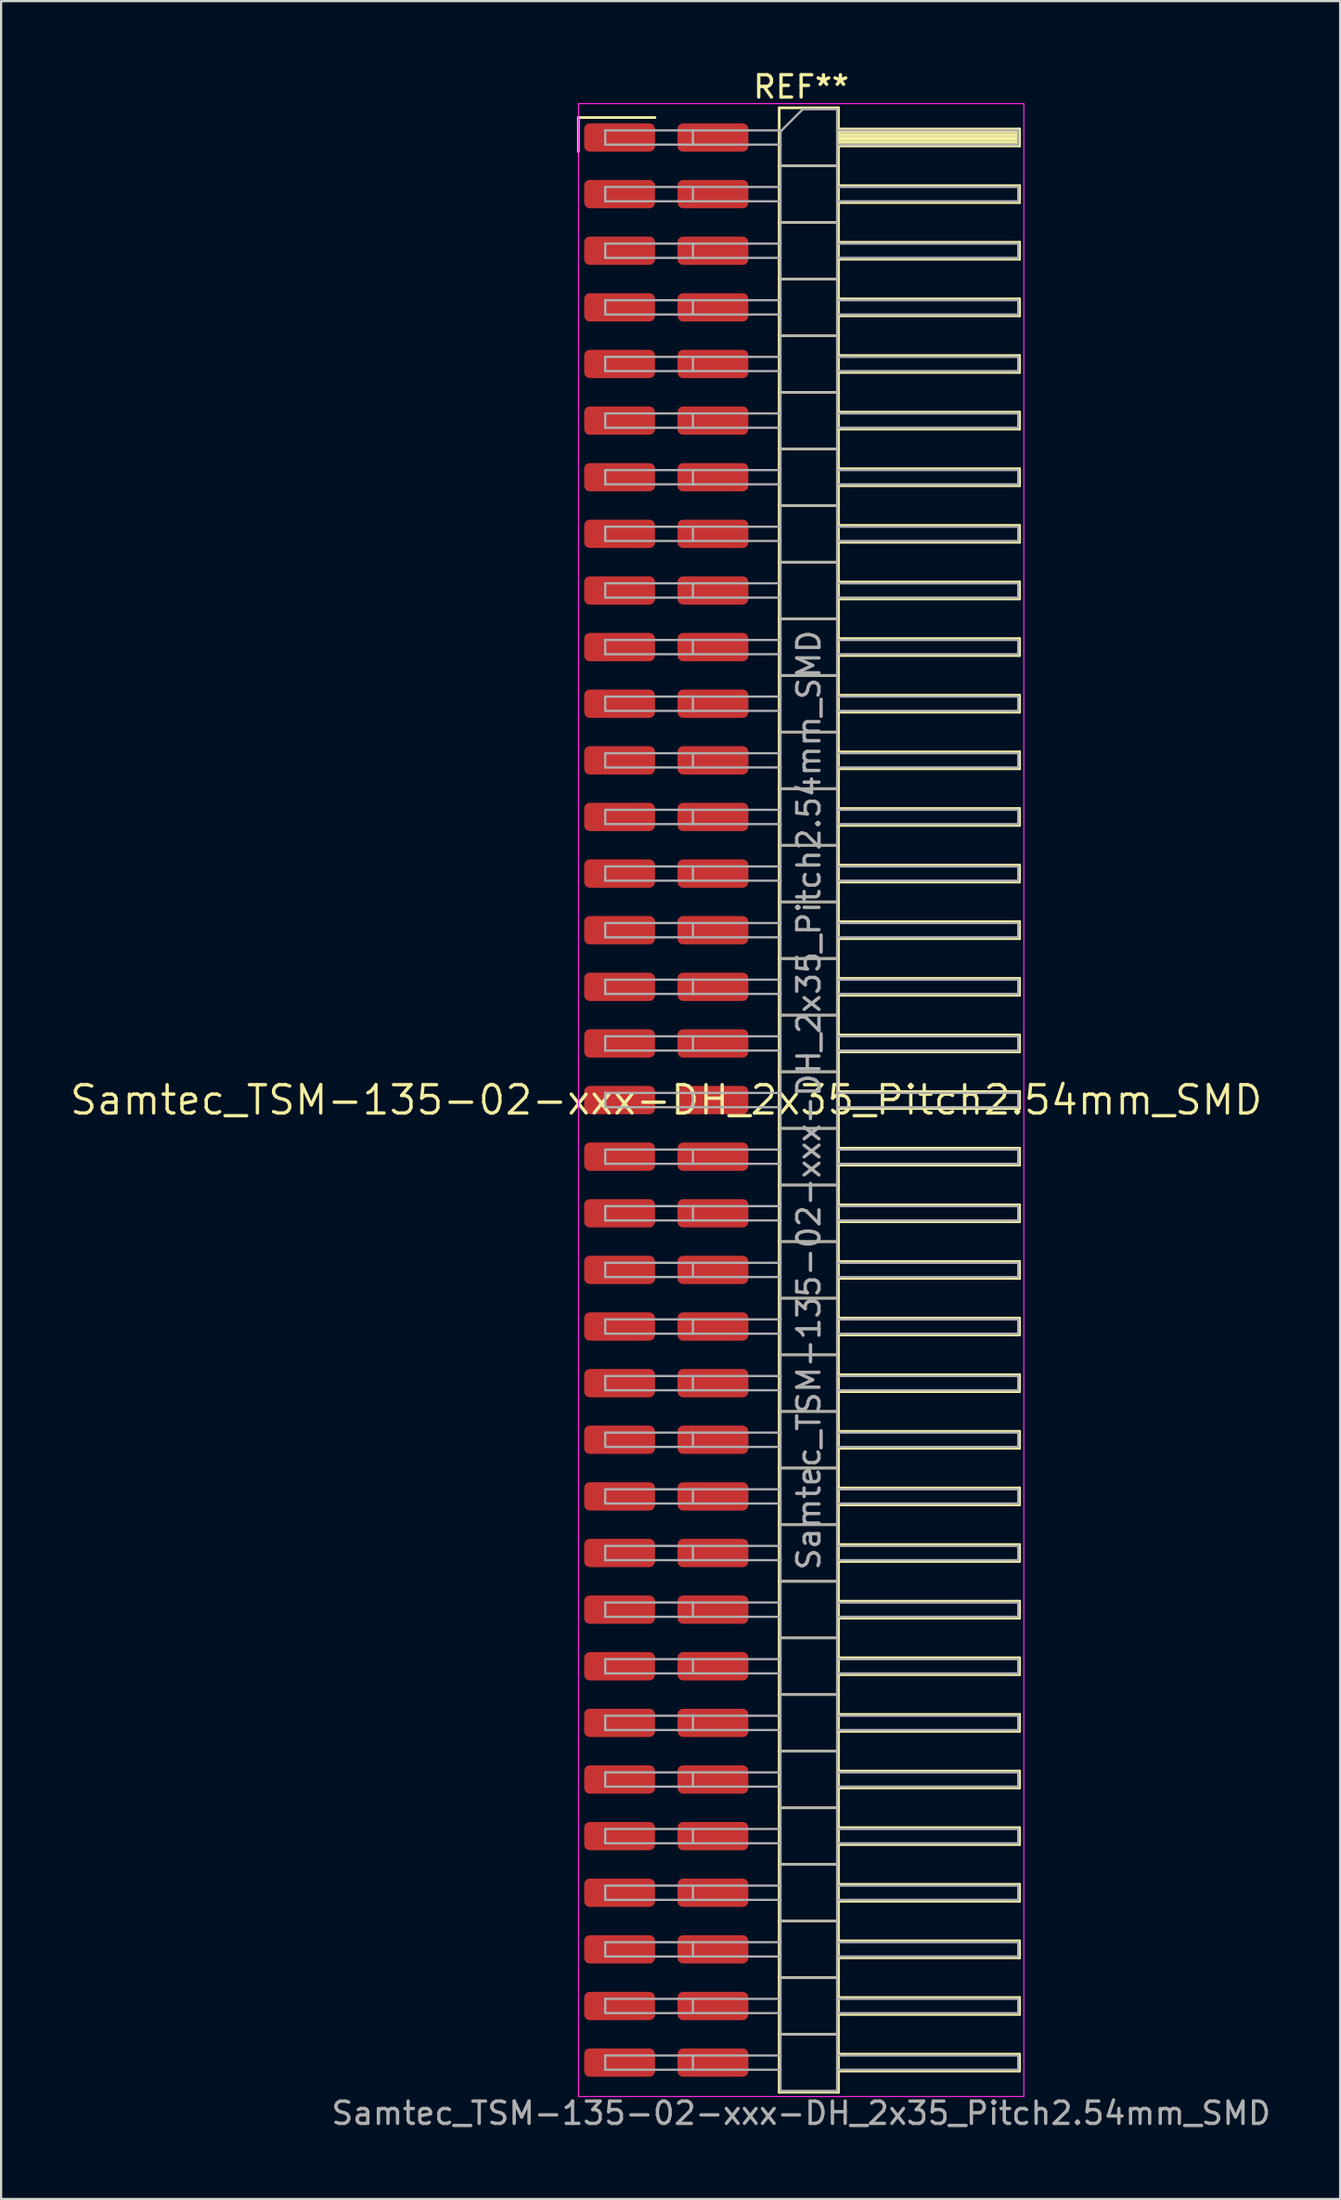
<source format=kicad_pcb>
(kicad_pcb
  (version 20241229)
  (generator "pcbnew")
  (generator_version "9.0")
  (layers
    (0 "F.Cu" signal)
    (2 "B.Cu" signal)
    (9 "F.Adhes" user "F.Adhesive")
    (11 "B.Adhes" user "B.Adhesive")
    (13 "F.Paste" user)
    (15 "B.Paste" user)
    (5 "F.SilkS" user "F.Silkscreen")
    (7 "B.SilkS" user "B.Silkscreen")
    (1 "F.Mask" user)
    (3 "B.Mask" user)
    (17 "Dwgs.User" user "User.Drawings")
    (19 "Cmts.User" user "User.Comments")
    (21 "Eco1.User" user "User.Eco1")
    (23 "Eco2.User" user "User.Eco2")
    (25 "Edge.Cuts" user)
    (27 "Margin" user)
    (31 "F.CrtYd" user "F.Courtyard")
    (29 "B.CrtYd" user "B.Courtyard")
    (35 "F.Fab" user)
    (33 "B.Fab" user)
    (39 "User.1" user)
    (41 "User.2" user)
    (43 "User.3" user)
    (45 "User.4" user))
  (footprint "Samtec_TSM-135-02-xxx-DH_2x35_Pitch2.54mm_SMD"
    (layer "F.Cu")
    (at 26.859 46.298)
    (property "Reference" "Samtec_TSM-135-02-xxx-DH_2x35_Pitch2.54mm_SMD" (at 0 0 0) (layer "F.SilkS") (effects (font (size 1.27 1.27) (thickness 0.15))))
    (attr smd)
    (fp_line (start -3.945 -44.075) (end -0.505 -44.075) (stroke (width 0.12) (type solid)) (layer "F.SilkS"))
    (fp_line (start -3.945 -42.545) (end -3.945 -44.075) (stroke (width 0.12) (type solid)) (layer "F.SilkS"))
    (fp_line (start 5.07 -44.51) (end 7.73 -44.51) (stroke (width 0.12) (type solid)) (layer "F.SilkS"))
    (fp_line (start 5.07 -41.91) (end 7.73 -41.91) (stroke (width 0.12) (type solid)) (layer "F.SilkS"))
    (fp_line (start 5.07 -39.37) (end 7.73 -39.37) (stroke (width 0.12) (type solid)) (layer "F.SilkS"))
    (fp_line (start 5.07 -36.83) (end 7.73 -36.83) (stroke (width 0.12) (type solid)) (layer "F.SilkS"))
    (fp_line (start 5.07 -34.29) (end 7.73 -34.29) (stroke (width 0.12) (type solid)) (layer "F.SilkS"))
    (fp_line (start 5.07 -31.75) (end 7.73 -31.75) (stroke (width 0.12) (type solid)) (layer "F.SilkS"))
    (fp_line (start 5.07 -29.21) (end 7.73 -29.21) (stroke (width 0.12) (type solid)) (layer "F.SilkS"))
    (fp_line (start 5.07 -26.67) (end 7.73 -26.67) (stroke (width 0.12) (type solid)) (layer "F.SilkS"))
    (fp_line (start 5.07 -24.13) (end 7.73 -24.13) (stroke (width 0.12) (type solid)) (layer "F.SilkS"))
    (fp_line (start 5.07 -21.59) (end 7.73 -21.59) (stroke (width 0.12) (type solid)) (layer "F.SilkS"))
    (fp_line (start 5.07 -19.05) (end 7.73 -19.05) (stroke (width 0.12) (type solid)) (layer "F.SilkS"))
    (fp_line (start 5.07 -16.51) (end 7.73 -16.51) (stroke (width 0.12) (type solid)) (layer "F.SilkS"))
    (fp_line (start 5.07 -13.97) (end 7.73 -13.97) (stroke (width 0.12) (type solid)) (layer "F.SilkS"))
    (fp_line (start 5.07 -11.43) (end 7.73 -11.43) (stroke (width 0.12) (type solid)) (layer "F.SilkS"))
    (fp_line (start 5.07 -8.89) (end 7.73 -8.89) (stroke (width 0.12) (type solid)) (layer "F.SilkS"))
    (fp_line (start 5.07 -6.35) (end 7.73 -6.35) (stroke (width 0.12) (type solid)) (layer "F.SilkS"))
    (fp_line (start 5.07 -3.81) (end 7.73 -3.81) (stroke (width 0.12) (type solid)) (layer "F.SilkS"))
    (fp_line (start 5.07 -1.27) (end 7.73 -1.27) (stroke (width 0.12) (type solid)) (layer "F.SilkS"))
    (fp_line (start 5.07 1.27) (end 7.73 1.27) (stroke (width 0.12) (type solid)) (layer "F.SilkS"))
    (fp_line (start 5.07 3.81) (end 7.73 3.81) (stroke (width 0.12) (type solid)) (layer "F.SilkS"))
    (fp_line (start 5.07 6.35) (end 7.73 6.35) (stroke (width 0.12) (type solid)) (layer "F.SilkS"))
    (fp_line (start 5.07 8.89) (end 7.73 8.89) (stroke (width 0.12) (type solid)) (layer "F.SilkS"))
    (fp_line (start 5.07 11.43) (end 7.73 11.43) (stroke (width 0.12) (type solid)) (layer "F.SilkS"))
    (fp_line (start 5.07 13.97) (end 7.73 13.97) (stroke (width 0.12) (type solid)) (layer "F.SilkS"))
    (fp_line (start 5.07 16.51) (end 7.73 16.51) (stroke (width 0.12) (type solid)) (layer "F.SilkS"))
    (fp_line (start 5.07 19.05) (end 7.73 19.05) (stroke (width 0.12) (type solid)) (layer "F.SilkS"))
    (fp_line (start 5.07 21.59) (end 7.73 21.59) (stroke (width 0.12) (type solid)) (layer "F.SilkS"))
    (fp_line (start 5.07 24.13) (end 7.73 24.13) (stroke (width 0.12) (type solid)) (layer "F.SilkS"))
    (fp_line (start 5.07 26.67) (end 7.73 26.67) (stroke (width 0.12) (type solid)) (layer "F.SilkS"))
    (fp_line (start 5.07 29.21) (end 7.73 29.21) (stroke (width 0.12) (type solid)) (layer "F.SilkS"))
    (fp_line (start 5.07 31.75) (end 7.73 31.75) (stroke (width 0.12) (type solid)) (layer "F.SilkS"))
    (fp_line (start 5.07 34.29) (end 7.73 34.29) (stroke (width 0.12) (type solid)) (layer "F.SilkS"))
    (fp_line (start 5.07 36.83) (end 7.73 36.83) (stroke (width 0.12) (type solid)) (layer "F.SilkS"))
    (fp_line (start 5.07 39.37) (end 7.73 39.37) (stroke (width 0.12) (type solid)) (layer "F.SilkS"))
    (fp_line (start 5.07 41.91) (end 7.73 41.91) (stroke (width 0.12) (type solid)) (layer "F.SilkS"))
    (fp_line (start 5.07 44.51) (end 5.07 -44.51) (stroke (width 0.12) (type solid)) (layer "F.SilkS"))
    (fp_line (start 7.73 -44.51) (end 7.73 44.51) (stroke (width 0.12) (type solid)) (layer "F.SilkS"))
    (fp_line (start 7.73 -43.56) (end 15.86 -43.56) (stroke (width 0.12) (type solid)) (layer "F.SilkS"))
    (fp_line (start 7.73 -43.44) (end 15.86 -43.44) (stroke (width 0.12) (type solid)) (layer "F.SilkS"))
    (fp_line (start 7.73 -43.32) (end 15.86 -43.32) (stroke (width 0.12) (type solid)) (layer "F.SilkS"))
    (fp_line (start 7.73 -43.2) (end 15.86 -43.2) (stroke (width 0.12) (type solid)) (layer "F.SilkS"))
    (fp_line (start 7.73 -43.08) (end 15.86 -43.08) (stroke (width 0.12) (type solid)) (layer "F.SilkS"))
    (fp_line (start 7.73 -42.96) (end 15.86 -42.96) (stroke (width 0.12) (type solid)) (layer "F.SilkS"))
    (fp_line (start 7.73 -42.84) (end 15.86 -42.84) (stroke (width 0.12) (type solid)) (layer "F.SilkS"))
    (fp_line (start 7.73 -42.8) (end 15.86 -42.8) (stroke (width 0.12) (type solid)) (layer "F.SilkS"))
    (fp_line (start 7.73 -41.02) (end 15.86 -41.02) (stroke (width 0.12) (type solid)) (layer "F.SilkS"))
    (fp_line (start 7.73 -40.26) (end 15.86 -40.26) (stroke (width 0.12) (type solid)) (layer "F.SilkS"))
    (fp_line (start 7.73 -38.48) (end 15.86 -38.48) (stroke (width 0.12) (type solid)) (layer "F.SilkS"))
    (fp_line (start 7.73 -37.72) (end 15.86 -37.72) (stroke (width 0.12) (type solid)) (layer "F.SilkS"))
    (fp_line (start 7.73 -35.94) (end 15.86 -35.94) (stroke (width 0.12) (type solid)) (layer "F.SilkS"))
    (fp_line (start 7.73 -35.18) (end 15.86 -35.18) (stroke (width 0.12) (type solid)) (layer "F.SilkS"))
    (fp_line (start 7.73 -33.4) (end 15.86 -33.4) (stroke (width 0.12) (type solid)) (layer "F.SilkS"))
    (fp_line (start 7.73 -32.64) (end 15.86 -32.64) (stroke (width 0.12) (type solid)) (layer "F.SilkS"))
    (fp_line (start 7.73 -30.86) (end 15.86 -30.86) (stroke (width 0.12) (type solid)) (layer "F.SilkS"))
    (fp_line (start 7.73 -30.1) (end 15.86 -30.1) (stroke (width 0.12) (type solid)) (layer "F.SilkS"))
    (fp_line (start 7.73 -28.32) (end 15.86 -28.32) (stroke (width 0.12) (type solid)) (layer "F.SilkS"))
    (fp_line (start 7.73 -27.56) (end 15.86 -27.56) (stroke (width 0.12) (type solid)) (layer "F.SilkS"))
    (fp_line (start 7.73 -25.78) (end 15.86 -25.78) (stroke (width 0.12) (type solid)) (layer "F.SilkS"))
    (fp_line (start 7.73 -25.02) (end 15.86 -25.02) (stroke (width 0.12) (type solid)) (layer "F.SilkS"))
    (fp_line (start 7.73 -23.24) (end 15.86 -23.24) (stroke (width 0.12) (type solid)) (layer "F.SilkS"))
    (fp_line (start 7.73 -22.48) (end 15.86 -22.48) (stroke (width 0.12) (type solid)) (layer "F.SilkS"))
    (fp_line (start 7.73 -20.7) (end 15.86 -20.7) (stroke (width 0.12) (type solid)) (layer "F.SilkS"))
    (fp_line (start 7.73 -19.94) (end 15.86 -19.94) (stroke (width 0.12) (type solid)) (layer "F.SilkS"))
    (fp_line (start 7.73 -18.16) (end 15.86 -18.16) (stroke (width 0.12) (type solid)) (layer "F.SilkS"))
    (fp_line (start 7.73 -17.4) (end 15.86 -17.4) (stroke (width 0.12) (type solid)) (layer "F.SilkS"))
    (fp_line (start 7.73 -15.62) (end 15.86 -15.62) (stroke (width 0.12) (type solid)) (layer "F.SilkS"))
    (fp_line (start 7.73 -14.86) (end 15.86 -14.86) (stroke (width 0.12) (type solid)) (layer "F.SilkS"))
    (fp_line (start 7.73 -13.08) (end 15.86 -13.08) (stroke (width 0.12) (type solid)) (layer "F.SilkS"))
    (fp_line (start 7.73 -12.32) (end 15.86 -12.32) (stroke (width 0.12) (type solid)) (layer "F.SilkS"))
    (fp_line (start 7.73 -10.54) (end 15.86 -10.54) (stroke (width 0.12) (type solid)) (layer "F.SilkS"))
    (fp_line (start 7.73 -9.78) (end 15.86 -9.78) (stroke (width 0.12) (type solid)) (layer "F.SilkS"))
    (fp_line (start 7.73 -8) (end 15.86 -8) (stroke (width 0.12) (type solid)) (layer "F.SilkS"))
    (fp_line (start 7.73 -7.24) (end 15.86 -7.24) (stroke (width 0.12) (type solid)) (layer "F.SilkS"))
    (fp_line (start 7.73 -5.46) (end 15.86 -5.46) (stroke (width 0.12) (type solid)) (layer "F.SilkS"))
    (fp_line (start 7.73 -4.7) (end 15.86 -4.7) (stroke (width 0.12) (type solid)) (layer "F.SilkS"))
    (fp_line (start 7.73 -2.92) (end 15.86 -2.92) (stroke (width 0.12) (type solid)) (layer "F.SilkS"))
    (fp_line (start 7.73 -2.16) (end 15.86 -2.16) (stroke (width 0.12) (type solid)) (layer "F.SilkS"))
    (fp_line (start 7.73 -0.38) (end 15.86 -0.38) (stroke (width 0.12) (type solid)) (layer "F.SilkS"))
    (fp_line (start 7.73 0.38) (end 15.86 0.38) (stroke (width 0.12) (type solid)) (layer "F.SilkS"))
    (fp_line (start 7.73 2.16) (end 15.86 2.16) (stroke (width 0.12) (type solid)) (layer "F.SilkS"))
    (fp_line (start 7.73 2.92) (end 15.86 2.92) (stroke (width 0.12) (type solid)) (layer "F.SilkS"))
    (fp_line (start 7.73 4.7) (end 15.86 4.7) (stroke (width 0.12) (type solid)) (layer "F.SilkS"))
    (fp_line (start 7.73 5.46) (end 15.86 5.46) (stroke (width 0.12) (type solid)) (layer "F.SilkS"))
    (fp_line (start 7.73 7.24) (end 15.86 7.24) (stroke (width 0.12) (type solid)) (layer "F.SilkS"))
    (fp_line (start 7.73 8) (end 15.86 8) (stroke (width 0.12) (type solid)) (layer "F.SilkS"))
    (fp_line (start 7.73 9.78) (end 15.86 9.78) (stroke (width 0.12) (type solid)) (layer "F.SilkS"))
    (fp_line (start 7.73 10.54) (end 15.86 10.54) (stroke (width 0.12) (type solid)) (layer "F.SilkS"))
    (fp_line (start 7.73 12.32) (end 15.86 12.32) (stroke (width 0.12) (type solid)) (layer "F.SilkS"))
    (fp_line (start 7.73 13.08) (end 15.86 13.08) (stroke (width 0.12) (type solid)) (layer "F.SilkS"))
    (fp_line (start 7.73 14.86) (end 15.86 14.86) (stroke (width 0.12) (type solid)) (layer "F.SilkS"))
    (fp_line (start 7.73 15.62) (end 15.86 15.62) (stroke (width 0.12) (type solid)) (layer "F.SilkS"))
    (fp_line (start 7.73 17.4) (end 15.86 17.4) (stroke (width 0.12) (type solid)) (layer "F.SilkS"))
    (fp_line (start 7.73 18.16) (end 15.86 18.16) (stroke (width 0.12) (type solid)) (layer "F.SilkS"))
    (fp_line (start 7.73 19.94) (end 15.86 19.94) (stroke (width 0.12) (type solid)) (layer "F.SilkS"))
    (fp_line (start 7.73 20.7) (end 15.86 20.7) (stroke (width 0.12) (type solid)) (layer "F.SilkS"))
    (fp_line (start 7.73 22.48) (end 15.86 22.48) (stroke (width 0.12) (type solid)) (layer "F.SilkS"))
    (fp_line (start 7.73 23.24) (end 15.86 23.24) (stroke (width 0.12) (type solid)) (layer "F.SilkS"))
    (fp_line (start 7.73 25.02) (end 15.86 25.02) (stroke (width 0.12) (type solid)) (layer "F.SilkS"))
    (fp_line (start 7.73 25.78) (end 15.86 25.78) (stroke (width 0.12) (type solid)) (layer "F.SilkS"))
    (fp_line (start 7.73 27.56) (end 15.86 27.56) (stroke (width 0.12) (type solid)) (layer "F.SilkS"))
    (fp_line (start 7.73 28.32) (end 15.86 28.32) (stroke (width 0.12) (type solid)) (layer "F.SilkS"))
    (fp_line (start 7.73 30.1) (end 15.86 30.1) (stroke (width 0.12) (type solid)) (layer "F.SilkS"))
    (fp_line (start 7.73 30.86) (end 15.86 30.86) (stroke (width 0.12) (type solid)) (layer "F.SilkS"))
    (fp_line (start 7.73 32.64) (end 15.86 32.64) (stroke (width 0.12) (type solid)) (layer "F.SilkS"))
    (fp_line (start 7.73 33.4) (end 15.86 33.4) (stroke (width 0.12) (type solid)) (layer "F.SilkS"))
    (fp_line (start 7.73 35.18) (end 15.86 35.18) (stroke (width 0.12) (type solid)) (layer "F.SilkS"))
    (fp_line (start 7.73 35.94) (end 15.86 35.94) (stroke (width 0.12) (type solid)) (layer "F.SilkS"))
    (fp_line (start 7.73 37.72) (end 15.86 37.72) (stroke (width 0.12) (type solid)) (layer "F.SilkS"))
    (fp_line (start 7.73 38.48) (end 15.86 38.48) (stroke (width 0.12) (type solid)) (layer "F.SilkS"))
    (fp_line (start 7.73 40.26) (end 15.86 40.26) (stroke (width 0.12) (type solid)) (layer "F.SilkS"))
    (fp_line (start 7.73 41.02) (end 15.86 41.02) (stroke (width 0.12) (type solid)) (layer "F.SilkS"))
    (fp_line (start 7.73 42.8) (end 15.86 42.8) (stroke (width 0.12) (type solid)) (layer "F.SilkS"))
    (fp_line (start 7.73 43.56) (end 15.86 43.56) (stroke (width 0.12) (type solid)) (layer "F.SilkS"))
    (fp_line (start 7.73 44.51) (end 5.07 44.51) (stroke (width 0.12) (type solid)) (layer "F.SilkS"))
    (fp_line (start 15.86 -43.56) (end 15.86 -42.8) (stroke (width 0.12) (type solid)) (layer "F.SilkS"))
    (fp_line (start 15.86 -41.02) (end 15.86 -40.26) (stroke (width 0.12) (type solid)) (layer "F.SilkS"))
    (fp_line (start 15.86 -38.48) (end 15.86 -37.72) (stroke (width 0.12) (type solid)) (layer "F.SilkS"))
    (fp_line (start 15.86 -35.94) (end 15.86 -35.18) (stroke (width 0.12) (type solid)) (layer "F.SilkS"))
    (fp_line (start 15.86 -33.4) (end 15.86 -32.64) (stroke (width 0.12) (type solid)) (layer "F.SilkS"))
    (fp_line (start 15.86 -30.86) (end 15.86 -30.1) (stroke (width 0.12) (type solid)) (layer "F.SilkS"))
    (fp_line (start 15.86 -28.32) (end 15.86 -27.56) (stroke (width 0.12) (type solid)) (layer "F.SilkS"))
    (fp_line (start 15.86 -25.78) (end 15.86 -25.02) (stroke (width 0.12) (type solid)) (layer "F.SilkS"))
    (fp_line (start 15.86 -23.24) (end 15.86 -22.48) (stroke (width 0.12) (type solid)) (layer "F.SilkS"))
    (fp_line (start 15.86 -20.7) (end 15.86 -19.94) (stroke (width 0.12) (type solid)) (layer "F.SilkS"))
    (fp_line (start 15.86 -18.16) (end 15.86 -17.4) (stroke (width 0.12) (type solid)) (layer "F.SilkS"))
    (fp_line (start 15.86 -15.62) (end 15.86 -14.86) (stroke (width 0.12) (type solid)) (layer "F.SilkS"))
    (fp_line (start 15.86 -13.08) (end 15.86 -12.32) (stroke (width 0.12) (type solid)) (layer "F.SilkS"))
    (fp_line (start 15.86 -10.54) (end 15.86 -9.78) (stroke (width 0.12) (type solid)) (layer "F.SilkS"))
    (fp_line (start 15.86 -8) (end 15.86 -7.24) (stroke (width 0.12) (type solid)) (layer "F.SilkS"))
    (fp_line (start 15.86 -5.46) (end 15.86 -4.7) (stroke (width 0.12) (type solid)) (layer "F.SilkS"))
    (fp_line (start 15.86 -2.92) (end 15.86 -2.16) (stroke (width 0.12) (type solid)) (layer "F.SilkS"))
    (fp_line (start 15.86 -0.38) (end 15.86 0.38) (stroke (width 0.12) (type solid)) (layer "F.SilkS"))
    (fp_line (start 15.86 2.16) (end 15.86 2.92) (stroke (width 0.12) (type solid)) (layer "F.SilkS"))
    (fp_line (start 15.86 4.7) (end 15.86 5.46) (stroke (width 0.12) (type solid)) (layer "F.SilkS"))
    (fp_line (start 15.86 7.24) (end 15.86 8) (stroke (width 0.12) (type solid)) (layer "F.SilkS"))
    (fp_line (start 15.86 9.78) (end 15.86 10.54) (stroke (width 0.12) (type solid)) (layer "F.SilkS"))
    (fp_line (start 15.86 12.32) (end 15.86 13.08) (stroke (width 0.12) (type solid)) (layer "F.SilkS"))
    (fp_line (start 15.86 14.86) (end 15.86 15.62) (stroke (width 0.12) (type solid)) (layer "F.SilkS"))
    (fp_line (start 15.86 17.4) (end 15.86 18.16) (stroke (width 0.12) (type solid)) (layer "F.SilkS"))
    (fp_line (start 15.86 19.94) (end 15.86 20.7) (stroke (width 0.12) (type solid)) (layer "F.SilkS"))
    (fp_line (start 15.86 22.48) (end 15.86 23.24) (stroke (width 0.12) (type solid)) (layer "F.SilkS"))
    (fp_line (start 15.86 25.02) (end 15.86 25.78) (stroke (width 0.12) (type solid)) (layer "F.SilkS"))
    (fp_line (start 15.86 27.56) (end 15.86 28.32) (stroke (width 0.12) (type solid)) (layer "F.SilkS"))
    (fp_line (start 15.86 30.1) (end 15.86 30.86) (stroke (width 0.12) (type solid)) (layer "F.SilkS"))
    (fp_line (start 15.86 32.64) (end 15.86 33.4) (stroke (width 0.12) (type solid)) (layer "F.SilkS"))
    (fp_line (start 15.86 35.18) (end 15.86 35.94) (stroke (width 0.12) (type solid)) (layer "F.SilkS"))
    (fp_line (start 15.86 37.72) (end 15.86 38.48) (stroke (width 0.12) (type solid)) (layer "F.SilkS"))
    (fp_line (start 15.86 40.26) (end 15.86 41.02) (stroke (width 0.12) (type solid)) (layer "F.SilkS"))
    (fp_line (start 15.86 42.8) (end 15.86 43.56) (stroke (width 0.12) (type solid)) (layer "F.SilkS"))
    (fp_line (start -3.94 -44.7) (end 16.05 -44.7) (stroke (width 0.05) (type solid)) (layer "F.CrtYd"))
    (fp_line (start -3.94 44.7) (end -3.94 -44.7) (stroke (width 0.05) (type solid)) (layer "F.CrtYd"))
    (fp_line (start 16.05 -44.7) (end 16.05 44.7) (stroke (width 0.05) (type solid)) (layer "F.CrtYd"))
    (fp_line (start 16.05 44.7) (end -3.94 44.7) (stroke (width 0.05) (type solid)) (layer "F.CrtYd"))
    (fp_line (start -2.74 -43.5) (end -2.74 -42.86) (stroke (width 0.1) (type solid)) (layer "F.Fab"))
    (fp_line (start -2.74 -43.5) (end 5.13 -43.5) (stroke (width 0.1) (type solid)) (layer "F.Fab"))
    (fp_line (start -2.74 -42.86) (end 5.13 -42.86) (stroke (width 0.1) (type solid)) (layer "F.Fab"))
    (fp_line (start -2.74 -40.96) (end -2.74 -40.32) (stroke (width 0.1) (type solid)) (layer "F.Fab"))
    (fp_line (start -2.74 -40.96) (end 5.13 -40.96) (stroke (width 0.1) (type solid)) (layer "F.Fab"))
    (fp_line (start -2.74 -40.32) (end 5.13 -40.32) (stroke (width 0.1) (type solid)) (layer "F.Fab"))
    (fp_line (start -2.74 -38.42) (end -2.74 -37.78) (stroke (width 0.1) (type solid)) (layer "F.Fab"))
    (fp_line (start -2.74 -38.42) (end 5.13 -38.42) (stroke (width 0.1) (type solid)) (layer "F.Fab"))
    (fp_line (start -2.74 -37.78) (end 5.13 -37.78) (stroke (width 0.1) (type solid)) (layer "F.Fab"))
    (fp_line (start -2.74 -35.88) (end -2.74 -35.24) (stroke (width 0.1) (type solid)) (layer "F.Fab"))
    (fp_line (start -2.74 -35.88) (end 5.13 -35.88) (stroke (width 0.1) (type solid)) (layer "F.Fab"))
    (fp_line (start -2.74 -35.24) (end 5.13 -35.24) (stroke (width 0.1) (type solid)) (layer "F.Fab"))
    (fp_line (start -2.74 -33.34) (end -2.74 -32.7) (stroke (width 0.1) (type solid)) (layer "F.Fab"))
    (fp_line (start -2.74 -33.34) (end 5.13 -33.34) (stroke (width 0.1) (type solid)) (layer "F.Fab"))
    (fp_line (start -2.74 -32.7) (end 5.13 -32.7) (stroke (width 0.1) (type solid)) (layer "F.Fab"))
    (fp_line (start -2.74 -30.8) (end -2.74 -30.16) (stroke (width 0.1) (type solid)) (layer "F.Fab"))
    (fp_line (start -2.74 -30.8) (end 5.13 -30.8) (stroke (width 0.1) (type solid)) (layer "F.Fab"))
    (fp_line (start -2.74 -30.16) (end 5.13 -30.16) (stroke (width 0.1) (type solid)) (layer "F.Fab"))
    (fp_line (start -2.74 -28.26) (end -2.74 -27.62) (stroke (width 0.1) (type solid)) (layer "F.Fab"))
    (fp_line (start -2.74 -28.26) (end 5.13 -28.26) (stroke (width 0.1) (type solid)) (layer "F.Fab"))
    (fp_line (start -2.74 -27.62) (end 5.13 -27.62) (stroke (width 0.1) (type solid)) (layer "F.Fab"))
    (fp_line (start -2.74 -25.72) (end -2.74 -25.08) (stroke (width 0.1) (type solid)) (layer "F.Fab"))
    (fp_line (start -2.74 -25.72) (end 5.13 -25.72) (stroke (width 0.1) (type solid)) (layer "F.Fab"))
    (fp_line (start -2.74 -25.08) (end 5.13 -25.08) (stroke (width 0.1) (type solid)) (layer "F.Fab"))
    (fp_line (start -2.74 -23.18) (end -2.74 -22.54) (stroke (width 0.1) (type solid)) (layer "F.Fab"))
    (fp_line (start -2.74 -23.18) (end 5.13 -23.18) (stroke (width 0.1) (type solid)) (layer "F.Fab"))
    (fp_line (start -2.74 -22.54) (end 5.13 -22.54) (stroke (width 0.1) (type solid)) (layer "F.Fab"))
    (fp_line (start -2.74 -20.64) (end -2.74 -20) (stroke (width 0.1) (type solid)) (layer "F.Fab"))
    (fp_line (start -2.74 -20.64) (end 5.13 -20.64) (stroke (width 0.1) (type solid)) (layer "F.Fab"))
    (fp_line (start -2.74 -20) (end 5.13 -20) (stroke (width 0.1) (type solid)) (layer "F.Fab"))
    (fp_line (start -2.74 -18.1) (end -2.74 -17.46) (stroke (width 0.1) (type solid)) (layer "F.Fab"))
    (fp_line (start -2.74 -18.1) (end 5.13 -18.1) (stroke (width 0.1) (type solid)) (layer "F.Fab"))
    (fp_line (start -2.74 -17.46) (end 5.13 -17.46) (stroke (width 0.1) (type solid)) (layer "F.Fab"))
    (fp_line (start -2.74 -15.56) (end -2.74 -14.92) (stroke (width 0.1) (type solid)) (layer "F.Fab"))
    (fp_line (start -2.74 -15.56) (end 5.13 -15.56) (stroke (width 0.1) (type solid)) (layer "F.Fab"))
    (fp_line (start -2.74 -14.92) (end 5.13 -14.92) (stroke (width 0.1) (type solid)) (layer "F.Fab"))
    (fp_line (start -2.74 -13.02) (end -2.74 -12.38) (stroke (width 0.1) (type solid)) (layer "F.Fab"))
    (fp_line (start -2.74 -13.02) (end 5.13 -13.02) (stroke (width 0.1) (type solid)) (layer "F.Fab"))
    (fp_line (start -2.74 -12.38) (end 5.13 -12.38) (stroke (width 0.1) (type solid)) (layer "F.Fab"))
    (fp_line (start -2.74 -10.48) (end -2.74 -9.84) (stroke (width 0.1) (type solid)) (layer "F.Fab"))
    (fp_line (start -2.74 -10.48) (end 5.13 -10.48) (stroke (width 0.1) (type solid)) (layer "F.Fab"))
    (fp_line (start -2.74 -9.84) (end 5.13 -9.84) (stroke (width 0.1) (type solid)) (layer "F.Fab"))
    (fp_line (start -2.74 -7.94) (end -2.74 -7.3) (stroke (width 0.1) (type solid)) (layer "F.Fab"))
    (fp_line (start -2.74 -7.94) (end 5.13 -7.94) (stroke (width 0.1) (type solid)) (layer "F.Fab"))
    (fp_line (start -2.74 -7.3) (end 5.13 -7.3) (stroke (width 0.1) (type solid)) (layer "F.Fab"))
    (fp_line (start -2.74 -5.4) (end -2.74 -4.76) (stroke (width 0.1) (type solid)) (layer "F.Fab"))
    (fp_line (start -2.74 -5.4) (end 5.13 -5.4) (stroke (width 0.1) (type solid)) (layer "F.Fab"))
    (fp_line (start -2.74 -4.76) (end 5.13 -4.76) (stroke (width 0.1) (type solid)) (layer "F.Fab"))
    (fp_line (start -2.74 -2.86) (end -2.74 -2.22) (stroke (width 0.1) (type solid)) (layer "F.Fab"))
    (fp_line (start -2.74 -2.86) (end 5.13 -2.86) (stroke (width 0.1) (type solid)) (layer "F.Fab"))
    (fp_line (start -2.74 -2.22) (end 5.13 -2.22) (stroke (width 0.1) (type solid)) (layer "F.Fab"))
    (fp_line (start -2.74 -0.32) (end -2.74 0.32) (stroke (width 0.1) (type solid)) (layer "F.Fab"))
    (fp_line (start -2.74 -0.32) (end 5.13 -0.32) (stroke (width 0.1) (type solid)) (layer "F.Fab"))
    (fp_line (start -2.74 0.32) (end 5.13 0.32) (stroke (width 0.1) (type solid)) (layer "F.Fab"))
    (fp_line (start -2.74 2.22) (end -2.74 2.86) (stroke (width 0.1) (type solid)) (layer "F.Fab"))
    (fp_line (start -2.74 2.22) (end 5.13 2.22) (stroke (width 0.1) (type solid)) (layer "F.Fab"))
    (fp_line (start -2.74 2.86) (end 5.13 2.86) (stroke (width 0.1) (type solid)) (layer "F.Fab"))
    (fp_line (start -2.74 4.76) (end -2.74 5.4) (stroke (width 0.1) (type solid)) (layer "F.Fab"))
    (fp_line (start -2.74 4.76) (end 5.13 4.76) (stroke (width 0.1) (type solid)) (layer "F.Fab"))
    (fp_line (start -2.74 5.4) (end 5.13 5.4) (stroke (width 0.1) (type solid)) (layer "F.Fab"))
    (fp_line (start -2.74 7.3) (end -2.74 7.94) (stroke (width 0.1) (type solid)) (layer "F.Fab"))
    (fp_line (start -2.74 7.3) (end 5.13 7.3) (stroke (width 0.1) (type solid)) (layer "F.Fab"))
    (fp_line (start -2.74 7.94) (end 5.13 7.94) (stroke (width 0.1) (type solid)) (layer "F.Fab"))
    (fp_line (start -2.74 9.84) (end -2.74 10.48) (stroke (width 0.1) (type solid)) (layer "F.Fab"))
    (fp_line (start -2.74 9.84) (end 5.13 9.84) (stroke (width 0.1) (type solid)) (layer "F.Fab"))
    (fp_line (start -2.74 10.48) (end 5.13 10.48) (stroke (width 0.1) (type solid)) (layer "F.Fab"))
    (fp_line (start -2.74 12.38) (end -2.74 13.02) (stroke (width 0.1) (type solid)) (layer "F.Fab"))
    (fp_line (start -2.74 12.38) (end 5.13 12.38) (stroke (width 0.1) (type solid)) (layer "F.Fab"))
    (fp_line (start -2.74 13.02) (end 5.13 13.02) (stroke (width 0.1) (type solid)) (layer "F.Fab"))
    (fp_line (start -2.74 14.92) (end -2.74 15.56) (stroke (width 0.1) (type solid)) (layer "F.Fab"))
    (fp_line (start -2.74 14.92) (end 5.13 14.92) (stroke (width 0.1) (type solid)) (layer "F.Fab"))
    (fp_line (start -2.74 15.56) (end 5.13 15.56) (stroke (width 0.1) (type solid)) (layer "F.Fab"))
    (fp_line (start -2.74 17.46) (end -2.74 18.1) (stroke (width 0.1) (type solid)) (layer "F.Fab"))
    (fp_line (start -2.74 17.46) (end 5.13 17.46) (stroke (width 0.1) (type solid)) (layer "F.Fab"))
    (fp_line (start -2.74 18.1) (end 5.13 18.1) (stroke (width 0.1) (type solid)) (layer "F.Fab"))
    (fp_line (start -2.74 20) (end -2.74 20.64) (stroke (width 0.1) (type solid)) (layer "F.Fab"))
    (fp_line (start -2.74 20) (end 5.13 20) (stroke (width 0.1) (type solid)) (layer "F.Fab"))
    (fp_line (start -2.74 20.64) (end 5.13 20.64) (stroke (width 0.1) (type solid)) (layer "F.Fab"))
    (fp_line (start -2.74 22.54) (end -2.74 23.18) (stroke (width 0.1) (type solid)) (layer "F.Fab"))
    (fp_line (start -2.74 22.54) (end 5.13 22.54) (stroke (width 0.1) (type solid)) (layer "F.Fab"))
    (fp_line (start -2.74 23.18) (end 5.13 23.18) (stroke (width 0.1) (type solid)) (layer "F.Fab"))
    (fp_line (start -2.74 25.08) (end -2.74 25.72) (stroke (width 0.1) (type solid)) (layer "F.Fab"))
    (fp_line (start -2.74 25.08) (end 5.13 25.08) (stroke (width 0.1) (type solid)) (layer "F.Fab"))
    (fp_line (start -2.74 25.72) (end 5.13 25.72) (stroke (width 0.1) (type solid)) (layer "F.Fab"))
    (fp_line (start -2.74 27.62) (end -2.74 28.26) (stroke (width 0.1) (type solid)) (layer "F.Fab"))
    (fp_line (start -2.74 27.62) (end 5.13 27.62) (stroke (width 0.1) (type solid)) (layer "F.Fab"))
    (fp_line (start -2.74 28.26) (end 5.13 28.26) (stroke (width 0.1) (type solid)) (layer "F.Fab"))
    (fp_line (start -2.74 30.16) (end -2.74 30.8) (stroke (width 0.1) (type solid)) (layer "F.Fab"))
    (fp_line (start -2.74 30.16) (end 5.13 30.16) (stroke (width 0.1) (type solid)) (layer "F.Fab"))
    (fp_line (start -2.74 30.8) (end 5.13 30.8) (stroke (width 0.1) (type solid)) (layer "F.Fab"))
    (fp_line (start -2.74 32.7) (end -2.74 33.34) (stroke (width 0.1) (type solid)) (layer "F.Fab"))
    (fp_line (start -2.74 32.7) (end 5.13 32.7) (stroke (width 0.1) (type solid)) (layer "F.Fab"))
    (fp_line (start -2.74 33.34) (end 5.13 33.34) (stroke (width 0.1) (type solid)) (layer "F.Fab"))
    (fp_line (start -2.74 35.24) (end -2.74 35.88) (stroke (width 0.1) (type solid)) (layer "F.Fab"))
    (fp_line (start -2.74 35.24) (end 5.13 35.24) (stroke (width 0.1) (type solid)) (layer "F.Fab"))
    (fp_line (start -2.74 35.88) (end 5.13 35.88) (stroke (width 0.1) (type solid)) (layer "F.Fab"))
    (fp_line (start -2.74 37.78) (end -2.74 38.42) (stroke (width 0.1) (type solid)) (layer "F.Fab"))
    (fp_line (start -2.74 37.78) (end 5.13 37.78) (stroke (width 0.1) (type solid)) (layer "F.Fab"))
    (fp_line (start -2.74 38.42) (end 5.13 38.42) (stroke (width 0.1) (type solid)) (layer "F.Fab"))
    (fp_line (start -2.74 40.32) (end -2.74 40.96) (stroke (width 0.1) (type solid)) (layer "F.Fab"))
    (fp_line (start -2.74 40.32) (end 5.13 40.32) (stroke (width 0.1) (type solid)) (layer "F.Fab"))
    (fp_line (start -2.74 40.96) (end 5.13 40.96) (stroke (width 0.1) (type solid)) (layer "F.Fab"))
    (fp_line (start -2.74 42.86) (end -2.74 43.5) (stroke (width 0.1) (type solid)) (layer "F.Fab"))
    (fp_line (start -2.74 42.86) (end 5.13 42.86) (stroke (width 0.1) (type solid)) (layer "F.Fab"))
    (fp_line (start -2.74 43.5) (end 5.13 43.5) (stroke (width 0.1) (type solid)) (layer "F.Fab"))
    (fp_line (start 1.195 -43.5) (end 1.195 -42.86) (stroke (width 0.1) (type solid)) (layer "F.Fab"))
    (fp_line (start 1.195 -40.96) (end 1.195 -40.32) (stroke (width 0.1) (type solid)) (layer "F.Fab"))
    (fp_line (start 1.195 -38.42) (end 1.195 -37.78) (stroke (width 0.1) (type solid)) (layer "F.Fab"))
    (fp_line (start 1.195 -35.88) (end 1.195 -35.24) (stroke (width 0.1) (type solid)) (layer "F.Fab"))
    (fp_line (start 1.195 -33.34) (end 1.195 -32.7) (stroke (width 0.1) (type solid)) (layer "F.Fab"))
    (fp_line (start 1.195 -30.8) (end 1.195 -30.16) (stroke (width 0.1) (type solid)) (layer "F.Fab"))
    (fp_line (start 1.195 -28.26) (end 1.195 -27.62) (stroke (width 0.1) (type solid)) (layer "F.Fab"))
    (fp_line (start 1.195 -25.72) (end 1.195 -25.08) (stroke (width 0.1) (type solid)) (layer "F.Fab"))
    (fp_line (start 1.195 -23.18) (end 1.195 -22.54) (stroke (width 0.1) (type solid)) (layer "F.Fab"))
    (fp_line (start 1.195 -20.64) (end 1.195 -20) (stroke (width 0.1) (type solid)) (layer "F.Fab"))
    (fp_line (start 1.195 -18.1) (end 1.195 -17.46) (stroke (width 0.1) (type solid)) (layer "F.Fab"))
    (fp_line (start 1.195 -15.56) (end 1.195 -14.92) (stroke (width 0.1) (type solid)) (layer "F.Fab"))
    (fp_line (start 1.195 -13.02) (end 1.195 -12.38) (stroke (width 0.1) (type solid)) (layer "F.Fab"))
    (fp_line (start 1.195 -10.48) (end 1.195 -9.84) (stroke (width 0.1) (type solid)) (layer "F.Fab"))
    (fp_line (start 1.195 -7.94) (end 1.195 -7.3) (stroke (width 0.1) (type solid)) (layer "F.Fab"))
    (fp_line (start 1.195 -5.4) (end 1.195 -4.76) (stroke (width 0.1) (type solid)) (layer "F.Fab"))
    (fp_line (start 1.195 -2.86) (end 1.195 -2.22) (stroke (width 0.1) (type solid)) (layer "F.Fab"))
    (fp_line (start 1.195 -0.32) (end 1.195 0.32) (stroke (width 0.1) (type solid)) (layer "F.Fab"))
    (fp_line (start 1.195 2.22) (end 1.195 2.86) (stroke (width 0.1) (type solid)) (layer "F.Fab"))
    (fp_line (start 1.195 4.76) (end 1.195 5.4) (stroke (width 0.1) (type solid)) (layer "F.Fab"))
    (fp_line (start 1.195 7.3) (end 1.195 7.94) (stroke (width 0.1) (type solid)) (layer "F.Fab"))
    (fp_line (start 1.195 9.84) (end 1.195 10.48) (stroke (width 0.1) (type solid)) (layer "F.Fab"))
    (fp_line (start 1.195 12.38) (end 1.195 13.02) (stroke (width 0.1) (type solid)) (layer "F.Fab"))
    (fp_line (start 1.195 14.92) (end 1.195 15.56) (stroke (width 0.1) (type solid)) (layer "F.Fab"))
    (fp_line (start 1.195 17.46) (end 1.195 18.1) (stroke (width 0.1) (type solid)) (layer "F.Fab"))
    (fp_line (start 1.195 20) (end 1.195 20.64) (stroke (width 0.1) (type solid)) (layer "F.Fab"))
    (fp_line (start 1.195 22.54) (end 1.195 23.18) (stroke (width 0.1) (type solid)) (layer "F.Fab"))
    (fp_line (start 1.195 25.08) (end 1.195 25.72) (stroke (width 0.1) (type solid)) (layer "F.Fab"))
    (fp_line (start 1.195 27.62) (end 1.195 28.26) (stroke (width 0.1) (type solid)) (layer "F.Fab"))
    (fp_line (start 1.195 30.16) (end 1.195 30.8) (stroke (width 0.1) (type solid)) (layer "F.Fab"))
    (fp_line (start 1.195 32.7) (end 1.195 33.34) (stroke (width 0.1) (type solid)) (layer "F.Fab"))
    (fp_line (start 1.195 35.24) (end 1.195 35.88) (stroke (width 0.1) (type solid)) (layer "F.Fab"))
    (fp_line (start 1.195 37.78) (end 1.195 38.42) (stroke (width 0.1) (type solid)) (layer "F.Fab"))
    (fp_line (start 1.195 40.32) (end 1.195 40.96) (stroke (width 0.1) (type solid)) (layer "F.Fab"))
    (fp_line (start 1.195 42.86) (end 1.195 43.5) (stroke (width 0.1) (type solid)) (layer "F.Fab"))
    (fp_line (start 5.13 -43.45) (end 6.13 -44.45) (stroke (width 0.1) (type solid)) (layer "F.Fab"))
    (fp_line (start 5.13 -41.91) (end 7.67 -41.91) (stroke (width 0.1) (type solid)) (layer "F.Fab"))
    (fp_line (start 5.13 -39.37) (end 7.67 -39.37) (stroke (width 0.1) (type solid)) (layer "F.Fab"))
    (fp_line (start 5.13 -36.83) (end 7.67 -36.83) (stroke (width 0.1) (type solid)) (layer "F.Fab"))
    (fp_line (start 5.13 -34.29) (end 7.67 -34.29) (stroke (width 0.1) (type solid)) (layer "F.Fab"))
    (fp_line (start 5.13 -31.75) (end 7.67 -31.75) (stroke (width 0.1) (type solid)) (layer "F.Fab"))
    (fp_line (start 5.13 -29.21) (end 7.67 -29.21) (stroke (width 0.1) (type solid)) (layer "F.Fab"))
    (fp_line (start 5.13 -26.67) (end 7.67 -26.67) (stroke (width 0.1) (type solid)) (layer "F.Fab"))
    (fp_line (start 5.13 -24.13) (end 7.67 -24.13) (stroke (width 0.1) (type solid)) (layer "F.Fab"))
    (fp_line (start 5.13 -21.59) (end 7.67 -21.59) (stroke (width 0.1) (type solid)) (layer "F.Fab"))
    (fp_line (start 5.13 -19.05) (end 7.67 -19.05) (stroke (width 0.1) (type solid)) (layer "F.Fab"))
    (fp_line (start 5.13 -16.51) (end 7.67 -16.51) (stroke (width 0.1) (type solid)) (layer "F.Fab"))
    (fp_line (start 5.13 -13.97) (end 7.67 -13.97) (stroke (width 0.1) (type solid)) (layer "F.Fab"))
    (fp_line (start 5.13 -11.43) (end 7.67 -11.43) (stroke (width 0.1) (type solid)) (layer "F.Fab"))
    (fp_line (start 5.13 -8.89) (end 7.67 -8.89) (stroke (width 0.1) (type solid)) (layer "F.Fab"))
    (fp_line (start 5.13 -6.35) (end 7.67 -6.35) (stroke (width 0.1) (type solid)) (layer "F.Fab"))
    (fp_line (start 5.13 -3.81) (end 7.67 -3.81) (stroke (width 0.1) (type solid)) (layer "F.Fab"))
    (fp_line (start 5.13 -1.27) (end 7.67 -1.27) (stroke (width 0.1) (type solid)) (layer "F.Fab"))
    (fp_line (start 5.13 1.27) (end 7.67 1.27) (stroke (width 0.1) (type solid)) (layer "F.Fab"))
    (fp_line (start 5.13 3.81) (end 7.67 3.81) (stroke (width 0.1) (type solid)) (layer "F.Fab"))
    (fp_line (start 5.13 6.35) (end 7.67 6.35) (stroke (width 0.1) (type solid)) (layer "F.Fab"))
    (fp_line (start 5.13 8.89) (end 7.67 8.89) (stroke (width 0.1) (type solid)) (layer "F.Fab"))
    (fp_line (start 5.13 11.43) (end 7.67 11.43) (stroke (width 0.1) (type solid)) (layer "F.Fab"))
    (fp_line (start 5.13 13.97) (end 7.67 13.97) (stroke (width 0.1) (type solid)) (layer "F.Fab"))
    (fp_line (start 5.13 16.51) (end 7.67 16.51) (stroke (width 0.1) (type solid)) (layer "F.Fab"))
    (fp_line (start 5.13 19.05) (end 7.67 19.05) (stroke (width 0.1) (type solid)) (layer "F.Fab"))
    (fp_line (start 5.13 21.59) (end 7.67 21.59) (stroke (width 0.1) (type solid)) (layer "F.Fab"))
    (fp_line (start 5.13 24.13) (end 7.67 24.13) (stroke (width 0.1) (type solid)) (layer "F.Fab"))
    (fp_line (start 5.13 26.67) (end 7.67 26.67) (stroke (width 0.1) (type solid)) (layer "F.Fab"))
    (fp_line (start 5.13 29.21) (end 7.67 29.21) (stroke (width 0.1) (type solid)) (layer "F.Fab"))
    (fp_line (start 5.13 31.75) (end 7.67 31.75) (stroke (width 0.1) (type solid)) (layer "F.Fab"))
    (fp_line (start 5.13 34.29) (end 7.67 34.29) (stroke (width 0.1) (type solid)) (layer "F.Fab"))
    (fp_line (start 5.13 36.83) (end 7.67 36.83) (stroke (width 0.1) (type solid)) (layer "F.Fab"))
    (fp_line (start 5.13 39.37) (end 7.67 39.37) (stroke (width 0.1) (type solid)) (layer "F.Fab"))
    (fp_line (start 5.13 41.91) (end 7.67 41.91) (stroke (width 0.1) (type solid)) (layer "F.Fab"))
    (fp_line (start 5.13 44.45) (end 5.13 -43.45) (stroke (width 0.1) (type solid)) (layer "F.Fab"))
    (fp_line (start 6.13 -44.45) (end 7.67 -44.45) (stroke (width 0.1) (type solid)) (layer "F.Fab"))
    (fp_line (start 7.67 -44.45) (end 7.67 44.45) (stroke (width 0.1) (type solid)) (layer "F.Fab"))
    (fp_line (start 7.67 -43.5) (end 15.8 -43.5) (stroke (width 0.1) (type solid)) (layer "F.Fab"))
    (fp_line (start 7.67 -42.86) (end 15.8 -42.86) (stroke (width 0.1) (type solid)) (layer "F.Fab"))
    (fp_line (start 7.67 -40.96) (end 15.8 -40.96) (stroke (width 0.1) (type solid)) (layer "F.Fab"))
    (fp_line (start 7.67 -40.32) (end 15.8 -40.32) (stroke (width 0.1) (type solid)) (layer "F.Fab"))
    (fp_line (start 7.67 -38.42) (end 15.8 -38.42) (stroke (width 0.1) (type solid)) (layer "F.Fab"))
    (fp_line (start 7.67 -37.78) (end 15.8 -37.78) (stroke (width 0.1) (type solid)) (layer "F.Fab"))
    (fp_line (start 7.67 -35.88) (end 15.8 -35.88) (stroke (width 0.1) (type solid)) (layer "F.Fab"))
    (fp_line (start 7.67 -35.24) (end 15.8 -35.24) (stroke (width 0.1) (type solid)) (layer "F.Fab"))
    (fp_line (start 7.67 -33.34) (end 15.8 -33.34) (stroke (width 0.1) (type solid)) (layer "F.Fab"))
    (fp_line (start 7.67 -32.7) (end 15.8 -32.7) (stroke (width 0.1) (type solid)) (layer "F.Fab"))
    (fp_line (start 7.67 -30.8) (end 15.8 -30.8) (stroke (width 0.1) (type solid)) (layer "F.Fab"))
    (fp_line (start 7.67 -30.16) (end 15.8 -30.16) (stroke (width 0.1) (type solid)) (layer "F.Fab"))
    (fp_line (start 7.67 -28.26) (end 15.8 -28.26) (stroke (width 0.1) (type solid)) (layer "F.Fab"))
    (fp_line (start 7.67 -27.62) (end 15.8 -27.62) (stroke (width 0.1) (type solid)) (layer "F.Fab"))
    (fp_line (start 7.67 -25.72) (end 15.8 -25.72) (stroke (width 0.1) (type solid)) (layer "F.Fab"))
    (fp_line (start 7.67 -25.08) (end 15.8 -25.08) (stroke (width 0.1) (type solid)) (layer "F.Fab"))
    (fp_line (start 7.67 -23.18) (end 15.8 -23.18) (stroke (width 0.1) (type solid)) (layer "F.Fab"))
    (fp_line (start 7.67 -22.54) (end 15.8 -22.54) (stroke (width 0.1) (type solid)) (layer "F.Fab"))
    (fp_line (start 7.67 -20.64) (end 15.8 -20.64) (stroke (width 0.1) (type solid)) (layer "F.Fab"))
    (fp_line (start 7.67 -20) (end 15.8 -20) (stroke (width 0.1) (type solid)) (layer "F.Fab"))
    (fp_line (start 7.67 -18.1) (end 15.8 -18.1) (stroke (width 0.1) (type solid)) (layer "F.Fab"))
    (fp_line (start 7.67 -17.46) (end 15.8 -17.46) (stroke (width 0.1) (type solid)) (layer "F.Fab"))
    (fp_line (start 7.67 -15.56) (end 15.8 -15.56) (stroke (width 0.1) (type solid)) (layer "F.Fab"))
    (fp_line (start 7.67 -14.92) (end 15.8 -14.92) (stroke (width 0.1) (type solid)) (layer "F.Fab"))
    (fp_line (start 7.67 -13.02) (end 15.8 -13.02) (stroke (width 0.1) (type solid)) (layer "F.Fab"))
    (fp_line (start 7.67 -12.38) (end 15.8 -12.38) (stroke (width 0.1) (type solid)) (layer "F.Fab"))
    (fp_line (start 7.67 -10.48) (end 15.8 -10.48) (stroke (width 0.1) (type solid)) (layer "F.Fab"))
    (fp_line (start 7.67 -9.84) (end 15.8 -9.84) (stroke (width 0.1) (type solid)) (layer "F.Fab"))
    (fp_line (start 7.67 -7.94) (end 15.8 -7.94) (stroke (width 0.1) (type solid)) (layer "F.Fab"))
    (fp_line (start 7.67 -7.3) (end 15.8 -7.3) (stroke (width 0.1) (type solid)) (layer "F.Fab"))
    (fp_line (start 7.67 -5.4) (end 15.8 -5.4) (stroke (width 0.1) (type solid)) (layer "F.Fab"))
    (fp_line (start 7.67 -4.76) (end 15.8 -4.76) (stroke (width 0.1) (type solid)) (layer "F.Fab"))
    (fp_line (start 7.67 -2.86) (end 15.8 -2.86) (stroke (width 0.1) (type solid)) (layer "F.Fab"))
    (fp_line (start 7.67 -2.22) (end 15.8 -2.22) (stroke (width 0.1) (type solid)) (layer "F.Fab"))
    (fp_line (start 7.67 -0.32) (end 15.8 -0.32) (stroke (width 0.1) (type solid)) (layer "F.Fab"))
    (fp_line (start 7.67 0.32) (end 15.8 0.32) (stroke (width 0.1) (type solid)) (layer "F.Fab"))
    (fp_line (start 7.67 2.22) (end 15.8 2.22) (stroke (width 0.1) (type solid)) (layer "F.Fab"))
    (fp_line (start 7.67 2.86) (end 15.8 2.86) (stroke (width 0.1) (type solid)) (layer "F.Fab"))
    (fp_line (start 7.67 4.76) (end 15.8 4.76) (stroke (width 0.1) (type solid)) (layer "F.Fab"))
    (fp_line (start 7.67 5.4) (end 15.8 5.4) (stroke (width 0.1) (type solid)) (layer "F.Fab"))
    (fp_line (start 7.67 7.3) (end 15.8 7.3) (stroke (width 0.1) (type solid)) (layer "F.Fab"))
    (fp_line (start 7.67 7.94) (end 15.8 7.94) (stroke (width 0.1) (type solid)) (layer "F.Fab"))
    (fp_line (start 7.67 9.84) (end 15.8 9.84) (stroke (width 0.1) (type solid)) (layer "F.Fab"))
    (fp_line (start 7.67 10.48) (end 15.8 10.48) (stroke (width 0.1) (type solid)) (layer "F.Fab"))
    (fp_line (start 7.67 12.38) (end 15.8 12.38) (stroke (width 0.1) (type solid)) (layer "F.Fab"))
    (fp_line (start 7.67 13.02) (end 15.8 13.02) (stroke (width 0.1) (type solid)) (layer "F.Fab"))
    (fp_line (start 7.67 14.92) (end 15.8 14.92) (stroke (width 0.1) (type solid)) (layer "F.Fab"))
    (fp_line (start 7.67 15.56) (end 15.8 15.56) (stroke (width 0.1) (type solid)) (layer "F.Fab"))
    (fp_line (start 7.67 17.46) (end 15.8 17.46) (stroke (width 0.1) (type solid)) (layer "F.Fab"))
    (fp_line (start 7.67 18.1) (end 15.8 18.1) (stroke (width 0.1) (type solid)) (layer "F.Fab"))
    (fp_line (start 7.67 20) (end 15.8 20) (stroke (width 0.1) (type solid)) (layer "F.Fab"))
    (fp_line (start 7.67 20.64) (end 15.8 20.64) (stroke (width 0.1) (type solid)) (layer "F.Fab"))
    (fp_line (start 7.67 22.54) (end 15.8 22.54) (stroke (width 0.1) (type solid)) (layer "F.Fab"))
    (fp_line (start 7.67 23.18) (end 15.8 23.18) (stroke (width 0.1) (type solid)) (layer "F.Fab"))
    (fp_line (start 7.67 25.08) (end 15.8 25.08) (stroke (width 0.1) (type solid)) (layer "F.Fab"))
    (fp_line (start 7.67 25.72) (end 15.8 25.72) (stroke (width 0.1) (type solid)) (layer "F.Fab"))
    (fp_line (start 7.67 27.62) (end 15.8 27.62) (stroke (width 0.1) (type solid)) (layer "F.Fab"))
    (fp_line (start 7.67 28.26) (end 15.8 28.26) (stroke (width 0.1) (type solid)) (layer "F.Fab"))
    (fp_line (start 7.67 30.16) (end 15.8 30.16) (stroke (width 0.1) (type solid)) (layer "F.Fab"))
    (fp_line (start 7.67 30.8) (end 15.8 30.8) (stroke (width 0.1) (type solid)) (layer "F.Fab"))
    (fp_line (start 7.67 32.7) (end 15.8 32.7) (stroke (width 0.1) (type solid)) (layer "F.Fab"))
    (fp_line (start 7.67 33.34) (end 15.8 33.34) (stroke (width 0.1) (type solid)) (layer "F.Fab"))
    (fp_line (start 7.67 35.24) (end 15.8 35.24) (stroke (width 0.1) (type solid)) (layer "F.Fab"))
    (fp_line (start 7.67 35.88) (end 15.8 35.88) (stroke (width 0.1) (type solid)) (layer "F.Fab"))
    (fp_line (start 7.67 37.78) (end 15.8 37.78) (stroke (width 0.1) (type solid)) (layer "F.Fab"))
    (fp_line (start 7.67 38.42) (end 15.8 38.42) (stroke (width 0.1) (type solid)) (layer "F.Fab"))
    (fp_line (start 7.67 40.32) (end 15.8 40.32) (stroke (width 0.1) (type solid)) (layer "F.Fab"))
    (fp_line (start 7.67 40.96) (end 15.8 40.96) (stroke (width 0.1) (type solid)) (layer "F.Fab"))
    (fp_line (start 7.67 42.86) (end 15.8 42.86) (stroke (width 0.1) (type solid)) (layer "F.Fab"))
    (fp_line (start 7.67 43.5) (end 15.8 43.5) (stroke (width 0.1) (type solid)) (layer "F.Fab"))
    (fp_line (start 7.67 44.45) (end 5.13 44.45) (stroke (width 0.1) (type solid)) (layer "F.Fab"))
    (fp_line (start 15.8 -43.5) (end 15.8 -42.86) (stroke (width 0.1) (type solid)) (layer "F.Fab"))
    (fp_line (start 15.8 -40.96) (end 15.8 -40.32) (stroke (width 0.1) (type solid)) (layer "F.Fab"))
    (fp_line (start 15.8 -38.42) (end 15.8 -37.78) (stroke (width 0.1) (type solid)) (layer "F.Fab"))
    (fp_line (start 15.8 -35.88) (end 15.8 -35.24) (stroke (width 0.1) (type solid)) (layer "F.Fab"))
    (fp_line (start 15.8 -33.34) (end 15.8 -32.7) (stroke (width 0.1) (type solid)) (layer "F.Fab"))
    (fp_line (start 15.8 -30.8) (end 15.8 -30.16) (stroke (width 0.1) (type solid)) (layer "F.Fab"))
    (fp_line (start 15.8 -28.26) (end 15.8 -27.62) (stroke (width 0.1) (type solid)) (layer "F.Fab"))
    (fp_line (start 15.8 -25.72) (end 15.8 -25.08) (stroke (width 0.1) (type solid)) (layer "F.Fab"))
    (fp_line (start 15.8 -23.18) (end 15.8 -22.54) (stroke (width 0.1) (type solid)) (layer "F.Fab"))
    (fp_line (start 15.8 -20.64) (end 15.8 -20) (stroke (width 0.1) (type solid)) (layer "F.Fab"))
    (fp_line (start 15.8 -18.1) (end 15.8 -17.46) (stroke (width 0.1) (type solid)) (layer "F.Fab"))
    (fp_line (start 15.8 -15.56) (end 15.8 -14.92) (stroke (width 0.1) (type solid)) (layer "F.Fab"))
    (fp_line (start 15.8 -13.02) (end 15.8 -12.38) (stroke (width 0.1) (type solid)) (layer "F.Fab"))
    (fp_line (start 15.8 -10.48) (end 15.8 -9.84) (stroke (width 0.1) (type solid)) (layer "F.Fab"))
    (fp_line (start 15.8 -7.94) (end 15.8 -7.3) (stroke (width 0.1) (type solid)) (layer "F.Fab"))
    (fp_line (start 15.8 -5.4) (end 15.8 -4.76) (stroke (width 0.1) (type solid)) (layer "F.Fab"))
    (fp_line (start 15.8 -2.86) (end 15.8 -2.22) (stroke (width 0.1) (type solid)) (layer "F.Fab"))
    (fp_line (start 15.8 -0.32) (end 15.8 0.32) (stroke (width 0.1) (type solid)) (layer "F.Fab"))
    (fp_line (start 15.8 2.22) (end 15.8 2.86) (stroke (width 0.1) (type solid)) (layer "F.Fab"))
    (fp_line (start 15.8 4.76) (end 15.8 5.4) (stroke (width 0.1) (type solid)) (layer "F.Fab"))
    (fp_line (start 15.8 7.3) (end 15.8 7.94) (stroke (width 0.1) (type solid)) (layer "F.Fab"))
    (fp_line (start 15.8 9.84) (end 15.8 10.48) (stroke (width 0.1) (type solid)) (layer "F.Fab"))
    (fp_line (start 15.8 12.38) (end 15.8 13.02) (stroke (width 0.1) (type solid)) (layer "F.Fab"))
    (fp_line (start 15.8 14.92) (end 15.8 15.56) (stroke (width 0.1) (type solid)) (layer "F.Fab"))
    (fp_line (start 15.8 17.46) (end 15.8 18.1) (stroke (width 0.1) (type solid)) (layer "F.Fab"))
    (fp_line (start 15.8 20) (end 15.8 20.64) (stroke (width 0.1) (type solid)) (layer "F.Fab"))
    (fp_line (start 15.8 22.54) (end 15.8 23.18) (stroke (width 0.1) (type solid)) (layer "F.Fab"))
    (fp_line (start 15.8 25.08) (end 15.8 25.72) (stroke (width 0.1) (type solid)) (layer "F.Fab"))
    (fp_line (start 15.8 27.62) (end 15.8 28.26) (stroke (width 0.1) (type solid)) (layer "F.Fab"))
    (fp_line (start 15.8 30.16) (end 15.8 30.8) (stroke (width 0.1) (type solid)) (layer "F.Fab"))
    (fp_line (start 15.8 32.7) (end 15.8 33.34) (stroke (width 0.1) (type solid)) (layer "F.Fab"))
    (fp_line (start 15.8 35.24) (end 15.8 35.88) (stroke (width 0.1) (type solid)) (layer "F.Fab"))
    (fp_line (start 15.8 37.78) (end 15.8 38.42) (stroke (width 0.1) (type solid)) (layer "F.Fab"))
    (fp_line (start 15.8 40.32) (end 15.8 40.96) (stroke (width 0.1) (type solid)) (layer "F.Fab"))
    (fp_line (start 15.8 42.86) (end 15.8 43.5) (stroke (width 0.1) (type solid)) (layer "F.Fab"))
    (fp_text user "REF**" (at 6.055 -45.45 0) (layer "F.SilkS") (effects (font (size 1 1) (thickness 0.15))))
    (fp_text user "Samtec_TSM-135-02-xxx-DH_2x35_Pitch2.54mm_SMD" (at 6.055 45.45 0) (layer "F.Fab") (effects (font (size 1 1) (thickness 0.15))))
    (fp_text user "${REFERENCE}" (at 6.4 0 90) (layer "F.Fab") (effects (font (size 1 1) (thickness 0.15))))
    (pad "1" smd roundrect (at -2.095 -43.18) (size 3.18 1.27) (layers "F.Cu" "F.Mask" "F.Paste") (roundrect_rratio 0.197))
    (pad "2" smd roundrect (at 2.095 -43.18) (size 3.18 1.27) (layers "F.Cu" "F.Mask" "F.Paste") (roundrect_rratio 0.197))
    (pad "3" smd roundrect (at -2.095 -40.64) (size 3.18 1.27) (layers "F.Cu" "F.Mask" "F.Paste") (roundrect_rratio 0.197))
    (pad "4" smd roundrect (at 2.095 -40.64) (size 3.18 1.27) (layers "F.Cu" "F.Mask" "F.Paste") (roundrect_rratio 0.197))
    (pad "5" smd roundrect (at -2.095 -38.1) (size 3.18 1.27) (layers "F.Cu" "F.Mask" "F.Paste") (roundrect_rratio 0.197))
    (pad "6" smd roundrect (at 2.095 -38.1) (size 3.18 1.27) (layers "F.Cu" "F.Mask" "F.Paste") (roundrect_rratio 0.197))
    (pad "7" smd roundrect (at -2.095 -35.56) (size 3.18 1.27) (layers "F.Cu" "F.Mask" "F.Paste") (roundrect_rratio 0.197))
    (pad "8" smd roundrect (at 2.095 -35.56) (size 3.18 1.27) (layers "F.Cu" "F.Mask" "F.Paste") (roundrect_rratio 0.197))
    (pad "9" smd roundrect (at -2.095 -33.02) (size 3.18 1.27) (layers "F.Cu" "F.Mask" "F.Paste") (roundrect_rratio 0.197))
    (pad "10" smd roundrect (at 2.095 -33.02) (size 3.18 1.27) (layers "F.Cu" "F.Mask" "F.Paste") (roundrect_rratio 0.197))
    (pad "11" smd roundrect (at -2.095 -30.48) (size 3.18 1.27) (layers "F.Cu" "F.Mask" "F.Paste") (roundrect_rratio 0.197))
    (pad "12" smd roundrect (at 2.095 -30.48) (size 3.18 1.27) (layers "F.Cu" "F.Mask" "F.Paste") (roundrect_rratio 0.197))
    (pad "13" smd roundrect (at -2.095 -27.94) (size 3.18 1.27) (layers "F.Cu" "F.Mask" "F.Paste") (roundrect_rratio 0.197))
    (pad "14" smd roundrect (at 2.095 -27.94) (size 3.18 1.27) (layers "F.Cu" "F.Mask" "F.Paste") (roundrect_rratio 0.197))
    (pad "15" smd roundrect (at -2.095 -25.4) (size 3.18 1.27) (layers "F.Cu" "F.Mask" "F.Paste") (roundrect_rratio 0.197))
    (pad "16" smd roundrect (at 2.095 -25.4) (size 3.18 1.27) (layers "F.Cu" "F.Mask" "F.Paste") (roundrect_rratio 0.197))
    (pad "17" smd roundrect (at -2.095 -22.86) (size 3.18 1.27) (layers "F.Cu" "F.Mask" "F.Paste") (roundrect_rratio 0.197))
    (pad "18" smd roundrect (at 2.095 -22.86) (size 3.18 1.27) (layers "F.Cu" "F.Mask" "F.Paste") (roundrect_rratio 0.197))
    (pad "19" smd roundrect (at -2.095 -20.32) (size 3.18 1.27) (layers "F.Cu" "F.Mask" "F.Paste") (roundrect_rratio 0.197))
    (pad "20" smd roundrect (at 2.095 -20.32) (size 3.18 1.27) (layers "F.Cu" "F.Mask" "F.Paste") (roundrect_rratio 0.197))
    (pad "21" smd roundrect (at -2.095 -17.78) (size 3.18 1.27) (layers "F.Cu" "F.Mask" "F.Paste") (roundrect_rratio 0.197))
    (pad "22" smd roundrect (at 2.095 -17.78) (size 3.18 1.27) (layers "F.Cu" "F.Mask" "F.Paste") (roundrect_rratio 0.197))
    (pad "23" smd roundrect (at -2.095 -15.24) (size 3.18 1.27) (layers "F.Cu" "F.Mask" "F.Paste") (roundrect_rratio 0.197))
    (pad "24" smd roundrect (at 2.095 -15.24) (size 3.18 1.27) (layers "F.Cu" "F.Mask" "F.Paste") (roundrect_rratio 0.197))
    (pad "25" smd roundrect (at -2.095 -12.7) (size 3.18 1.27) (layers "F.Cu" "F.Mask" "F.Paste") (roundrect_rratio 0.197))
    (pad "26" smd roundrect (at 2.095 -12.7) (size 3.18 1.27) (layers "F.Cu" "F.Mask" "F.Paste") (roundrect_rratio 0.197))
    (pad "27" smd roundrect (at -2.095 -10.16) (size 3.18 1.27) (layers "F.Cu" "F.Mask" "F.Paste") (roundrect_rratio 0.197))
    (pad "28" smd roundrect (at 2.095 -10.16) (size 3.18 1.27) (layers "F.Cu" "F.Mask" "F.Paste") (roundrect_rratio 0.197))
    (pad "29" smd roundrect (at -2.095 -7.62) (size 3.18 1.27) (layers "F.Cu" "F.Mask" "F.Paste") (roundrect_rratio 0.197))
    (pad "30" smd roundrect (at 2.095 -7.62) (size 3.18 1.27) (layers "F.Cu" "F.Mask" "F.Paste") (roundrect_rratio 0.197))
    (pad "31" smd roundrect (at -2.095 -5.08) (size 3.18 1.27) (layers "F.Cu" "F.Mask" "F.Paste") (roundrect_rratio 0.197))
    (pad "32" smd roundrect (at 2.095 -5.08) (size 3.18 1.27) (layers "F.Cu" "F.Mask" "F.Paste") (roundrect_rratio 0.197))
    (pad "33" smd roundrect (at -2.095 -2.54) (size 3.18 1.27) (layers "F.Cu" "F.Mask" "F.Paste") (roundrect_rratio 0.197))
    (pad "34" smd roundrect (at 2.095 -2.54) (size 3.18 1.27) (layers "F.Cu" "F.Mask" "F.Paste") (roundrect_rratio 0.197))
    (pad "35" smd roundrect (at -2.095 0) (size 3.18 1.27) (layers "F.Cu" "F.Mask" "F.Paste") (roundrect_rratio 0.197))
    (pad "36" smd roundrect (at 2.095 0) (size 3.18 1.27) (layers "F.Cu" "F.Mask" "F.Paste") (roundrect_rratio 0.197))
    (pad "37" smd roundrect (at -2.095 2.54) (size 3.18 1.27) (layers "F.Cu" "F.Mask" "F.Paste") (roundrect_rratio 0.197))
    (pad "38" smd roundrect (at 2.095 2.54) (size 3.18 1.27) (layers "F.Cu" "F.Mask" "F.Paste") (roundrect_rratio 0.197))
    (pad "39" smd roundrect (at -2.095 5.08) (size 3.18 1.27) (layers "F.Cu" "F.Mask" "F.Paste") (roundrect_rratio 0.197))
    (pad "40" smd roundrect (at 2.095 5.08) (size 3.18 1.27) (layers "F.Cu" "F.Mask" "F.Paste") (roundrect_rratio 0.197))
    (pad "41" smd roundrect (at -2.095 7.62) (size 3.18 1.27) (layers "F.Cu" "F.Mask" "F.Paste") (roundrect_rratio 0.197))
    (pad "42" smd roundrect (at 2.095 7.62) (size 3.18 1.27) (layers "F.Cu" "F.Mask" "F.Paste") (roundrect_rratio 0.197))
    (pad "43" smd roundrect (at -2.095 10.16) (size 3.18 1.27) (layers "F.Cu" "F.Mask" "F.Paste") (roundrect_rratio 0.197))
    (pad "44" smd roundrect (at 2.095 10.16) (size 3.18 1.27) (layers "F.Cu" "F.Mask" "F.Paste") (roundrect_rratio 0.197))
    (pad "45" smd roundrect (at -2.095 12.7) (size 3.18 1.27) (layers "F.Cu" "F.Mask" "F.Paste") (roundrect_rratio 0.197))
    (pad "46" smd roundrect (at 2.095 12.7) (size 3.18 1.27) (layers "F.Cu" "F.Mask" "F.Paste") (roundrect_rratio 0.197))
    (pad "47" smd roundrect (at -2.095 15.24) (size 3.18 1.27) (layers "F.Cu" "F.Mask" "F.Paste") (roundrect_rratio 0.197))
    (pad "48" smd roundrect (at 2.095 15.24) (size 3.18 1.27) (layers "F.Cu" "F.Mask" "F.Paste") (roundrect_rratio 0.197))
    (pad "49" smd roundrect (at -2.095 17.78) (size 3.18 1.27) (layers "F.Cu" "F.Mask" "F.Paste") (roundrect_rratio 0.197))
    (pad "50" smd roundrect (at 2.095 17.78) (size 3.18 1.27) (layers "F.Cu" "F.Mask" "F.Paste") (roundrect_rratio 0.197))
    (pad "51" smd roundrect (at -2.095 20.32) (size 3.18 1.27) (layers "F.Cu" "F.Mask" "F.Paste") (roundrect_rratio 0.197))
    (pad "52" smd roundrect (at 2.095 20.32) (size 3.18 1.27) (layers "F.Cu" "F.Mask" "F.Paste") (roundrect_rratio 0.197))
    (pad "53" smd roundrect (at -2.095 22.86) (size 3.18 1.27) (layers "F.Cu" "F.Mask" "F.Paste") (roundrect_rratio 0.197))
    (pad "54" smd roundrect (at 2.095 22.86) (size 3.18 1.27) (layers "F.Cu" "F.Mask" "F.Paste") (roundrect_rratio 0.197))
    (pad "55" smd roundrect (at -2.095 25.4) (size 3.18 1.27) (layers "F.Cu" "F.Mask" "F.Paste") (roundrect_rratio 0.197))
    (pad "56" smd roundrect (at 2.095 25.4) (size 3.18 1.27) (layers "F.Cu" "F.Mask" "F.Paste") (roundrect_rratio 0.197))
    (pad "57" smd roundrect (at -2.095 27.94) (size 3.18 1.27) (layers "F.Cu" "F.Mask" "F.Paste") (roundrect_rratio 0.197))
    (pad "58" smd roundrect (at 2.095 27.94) (size 3.18 1.27) (layers "F.Cu" "F.Mask" "F.Paste") (roundrect_rratio 0.197))
    (pad "59" smd roundrect (at -2.095 30.48) (size 3.18 1.27) (layers "F.Cu" "F.Mask" "F.Paste") (roundrect_rratio 0.197))
    (pad "60" smd roundrect (at 2.095 30.48) (size 3.18 1.27) (layers "F.Cu" "F.Mask" "F.Paste") (roundrect_rratio 0.197))
    (pad "61" smd roundrect (at -2.095 33.02) (size 3.18 1.27) (layers "F.Cu" "F.Mask" "F.Paste") (roundrect_rratio 0.197))
    (pad "62" smd roundrect (at 2.095 33.02) (size 3.18 1.27) (layers "F.Cu" "F.Mask" "F.Paste") (roundrect_rratio 0.197))
    (pad "63" smd roundrect (at -2.095 35.56) (size 3.18 1.27) (layers "F.Cu" "F.Mask" "F.Paste") (roundrect_rratio 0.197))
    (pad "64" smd roundrect (at 2.095 35.56) (size 3.18 1.27) (layers "F.Cu" "F.Mask" "F.Paste") (roundrect_rratio 0.197))
    (pad "65" smd roundrect (at -2.095 38.1) (size 3.18 1.27) (layers "F.Cu" "F.Mask" "F.Paste") (roundrect_rratio 0.197))
    (pad "66" smd roundrect (at 2.095 38.1) (size 3.18 1.27) (layers "F.Cu" "F.Mask" "F.Paste") (roundrect_rratio 0.197))
    (pad "67" smd roundrect (at -2.095 40.64) (size 3.18 1.27) (layers "F.Cu" "F.Mask" "F.Paste") (roundrect_rratio 0.197))
    (pad "68" smd roundrect (at 2.095 40.64) (size 3.18 1.27) (layers "F.Cu" "F.Mask" "F.Paste") (roundrect_rratio 0.197))
    (pad "69" smd roundrect (at -2.095 43.18) (size 3.18 1.27) (layers "F.Cu" "F.Mask" "F.Paste") (roundrect_rratio 0.197))
    (pad "70" smd roundrect (at 2.095 43.18) (size 3.18 1.27) (layers "F.Cu" "F.Mask" "F.Paste") (roundrect_rratio 0.197)))
  (gr_rect
    (start -3 -3)
    (end 57.11 95.597)
    (stroke (width 0.1) (type default))
    (fill no)
    (layer "Edge.Cuts")))
</source>
